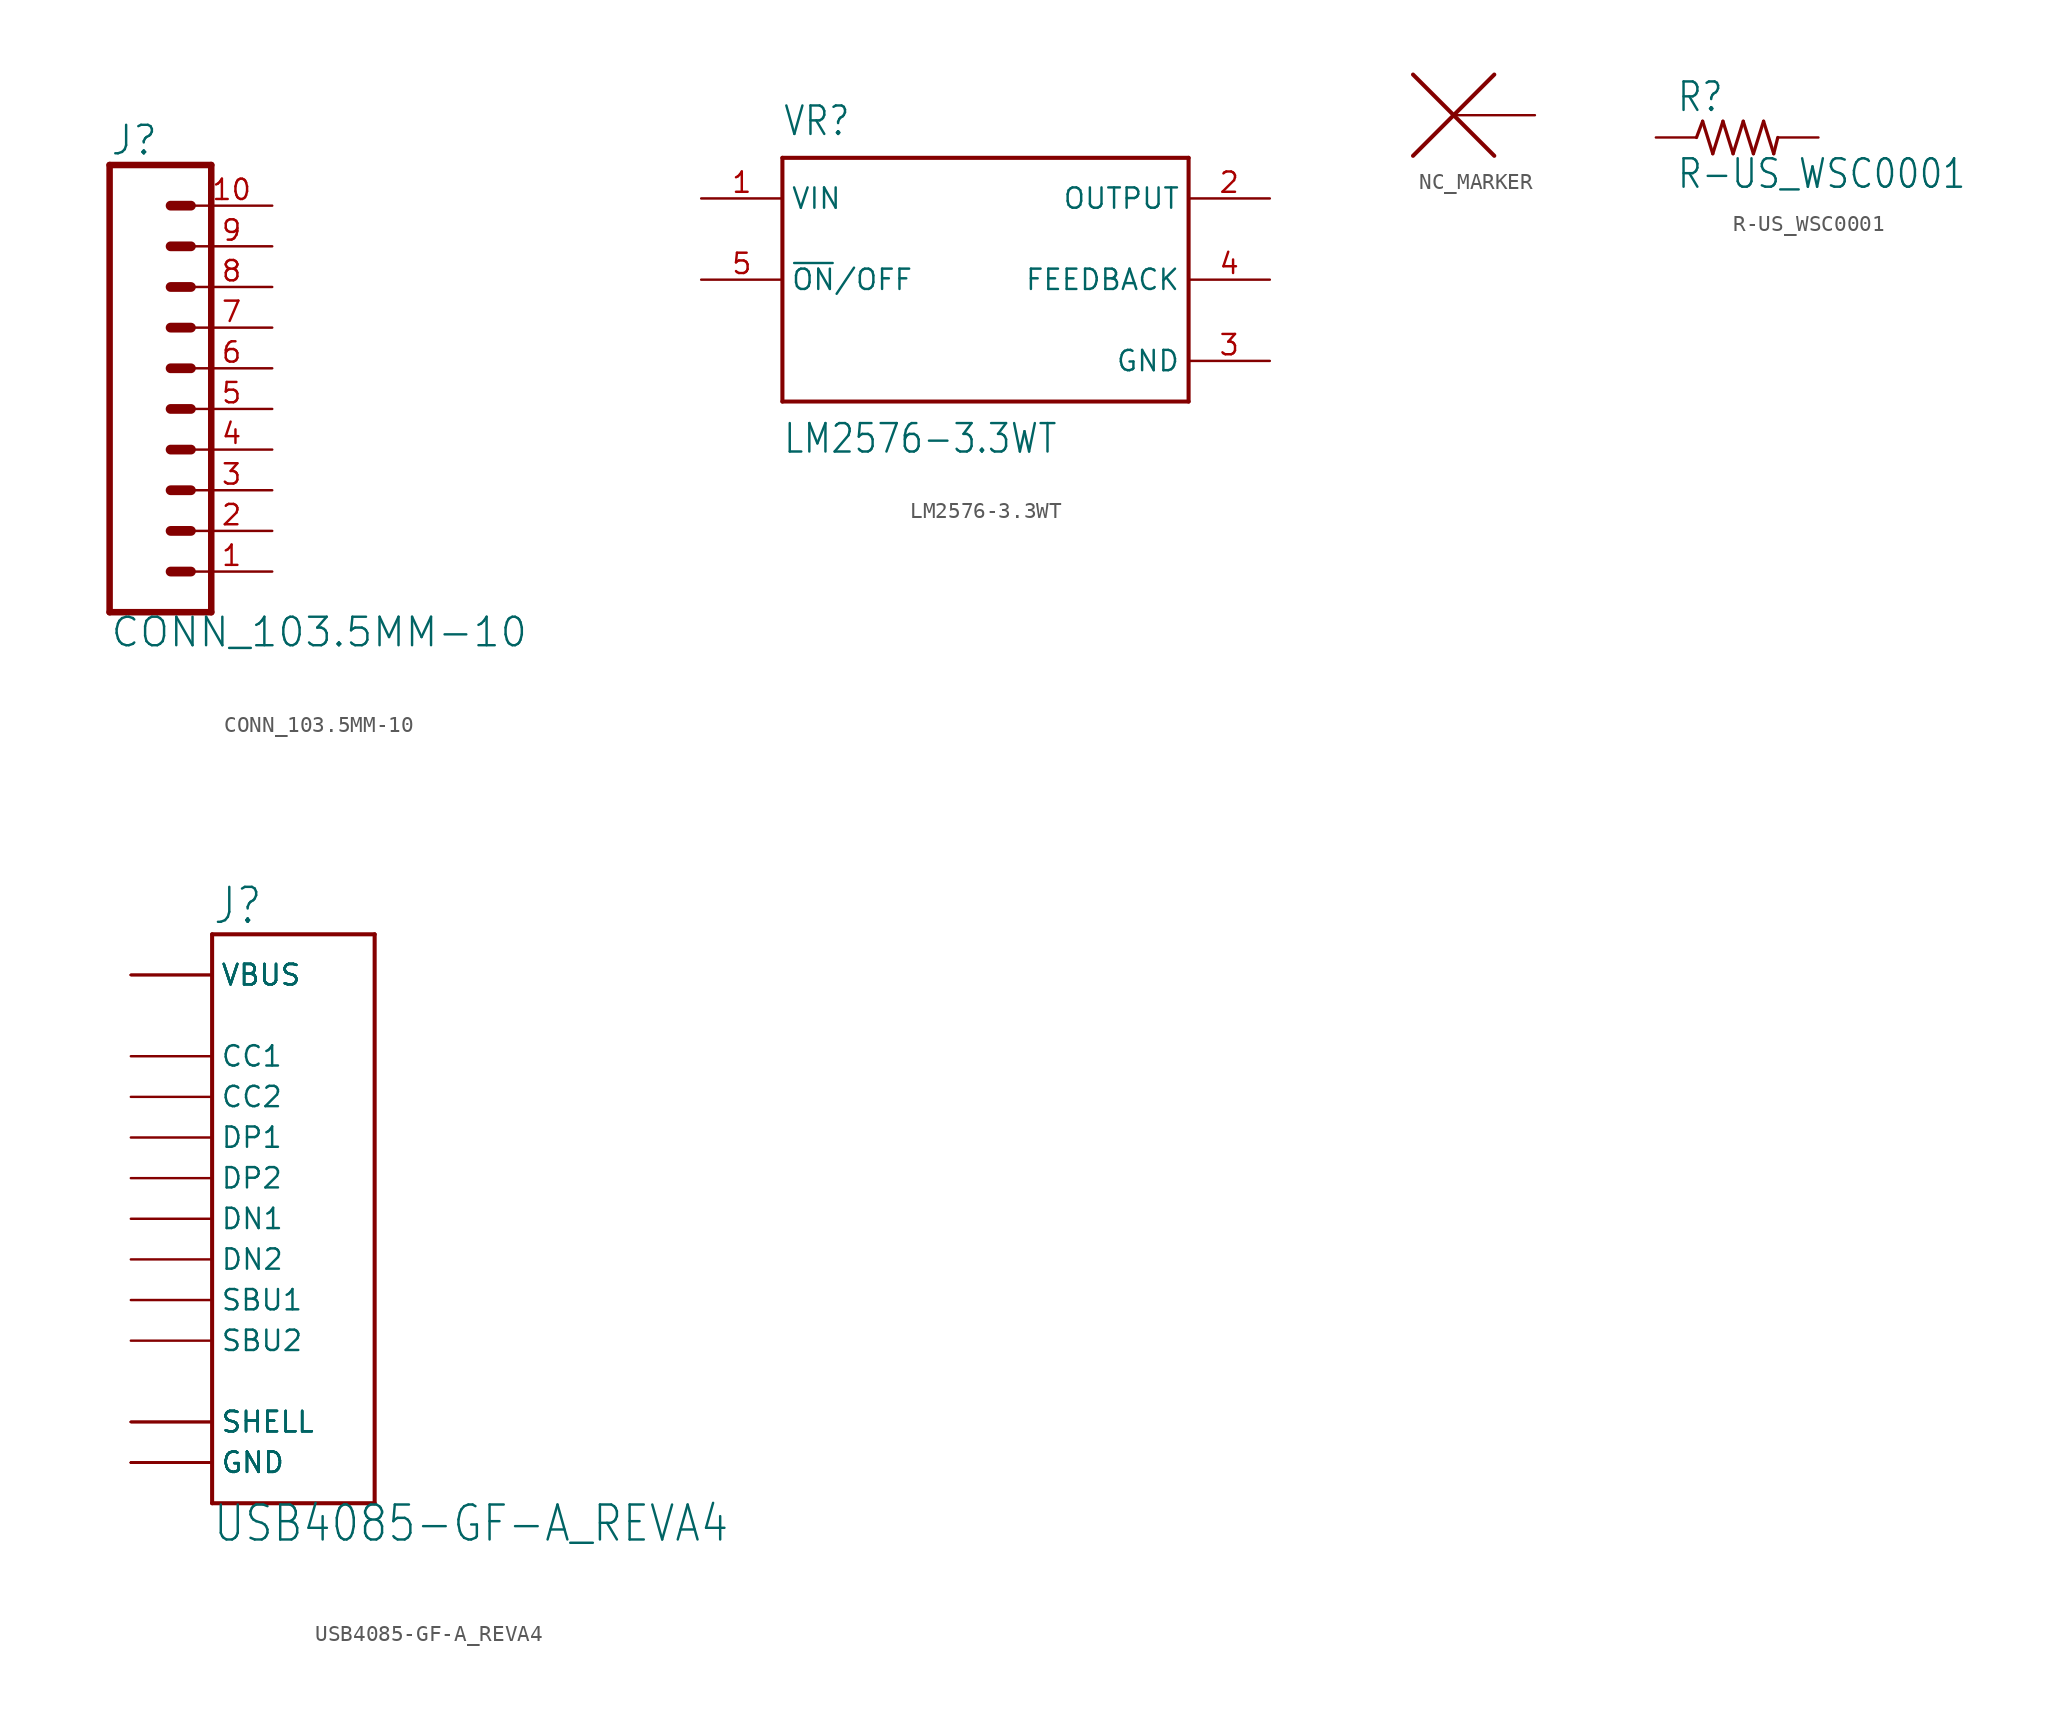
<source format=kicad_sym>
(kicad_symbol_lib
  (version 20211014)
  (generator kicad_symbol_editor)
  (symbol "CONN_103.5MM-10"
    (property "Reference" "J"
      (at 0 8.128 0)
      (effects (font (size 1.778 1.778)) (justify left bottom)))
    (property "Value" "CONN_103.5MM-10"
      (at 0 -22.606 0)
      (effects (font (size 1.778 1.778)) (justify left bottom)))
    (property "ki_locked" ""
      (at 0 0 0)
      (effects (font (size 1.27 1.27))))
    (symbol "CONN_103.5MM-10_1_0"
      (polyline (pts (xy 0 7.62) (xy 0 -20.32)) (stroke (width 0.406) (type default) (color 0 0 0 0)) (fill (type none)))
      (polyline (pts (xy 0 7.62) (xy 6.35 7.62)) (stroke (width 0.406) (type default) (color 0 0 0 0)) (fill (type none)))
      (polyline (pts (xy 3.81 -17.78) (xy 5.08 -17.78)) (stroke (width 0.61) (type default) (color 0 0 0 0)) (fill (type none)))
      (polyline (pts (xy 3.81 -15.24) (xy 5.08 -15.24)) (stroke (width 0.61) (type default) (color 0 0 0 0)) (fill (type none)))
      (polyline (pts (xy 3.81 -12.7) (xy 5.08 -12.7)) (stroke (width 0.61) (type default) (color 0 0 0 0)) (fill (type none)))
      (polyline (pts (xy 3.81 -10.16) (xy 5.08 -10.16)) (stroke (width 0.61) (type default) (color 0 0 0 0)) (fill (type none)))
      (polyline (pts (xy 3.81 -7.62) (xy 5.08 -7.62)) (stroke (width 0.61) (type default) (color 0 0 0 0)) (fill (type none)))
      (polyline (pts (xy 3.81 -5.08) (xy 5.08 -5.08)) (stroke (width 0.61) (type default) (color 0 0 0 0)) (fill (type none)))
      (polyline (pts (xy 3.81 -2.54) (xy 5.08 -2.54)) (stroke (width 0.61) (type default) (color 0 0 0 0)) (fill (type none)))
      (polyline (pts (xy 3.81 0) (xy 5.08 0)) (stroke (width 0.61) (type default) (color 0 0 0 0)) (fill (type none)))
      (polyline (pts (xy 3.81 2.54) (xy 5.08 2.54)) (stroke (width 0.61) (type default) (color 0 0 0 0)) (fill (type none)))
      (polyline (pts (xy 3.81 5.08) (xy 5.08 5.08)) (stroke (width 0.61) (type default) (color 0 0 0 0)) (fill (type none)))
      (polyline (pts (xy 6.35 -20.32) (xy 0 -20.32)) (stroke (width 0.406) (type default) (color 0 0 0 0)) (fill (type none)))
      (polyline (pts (xy 6.35 -20.32) (xy 6.35 7.62)) (stroke (width 0.406) (type default) (color 0 0 0 0)) (fill (type none)))
      (pin passive line (at 10.16 -17.78 180) (length 5.08) (name "1" (effects (font (size 0 0)))) (number "1" (effects (font (size 1.27 1.27)))))
      (pin passive line (at 10.16 5.08 180) (length 5.08) (name "10" (effects (font (size 0 0)))) (number "10" (effects (font (size 1.27 1.27)))))
      (pin passive line (at 10.16 -15.24 180) (length 5.08) (name "2" (effects (font (size 0 0)))) (number "2" (effects (font (size 1.27 1.27)))))
      (pin passive line (at 10.16 -12.7 180) (length 5.08) (name "3" (effects (font (size 0 0)))) (number "3" (effects (font (size 1.27 1.27)))))
      (pin passive line (at 10.16 -10.16 180) (length 5.08) (name "4" (effects (font (size 0 0)))) (number "4" (effects (font (size 1.27 1.27)))))
      (pin passive line (at 10.16 -7.62 180) (length 5.08) (name "5" (effects (font (size 0 0)))) (number "5" (effects (font (size 1.27 1.27)))))
      (pin passive line (at 10.16 -5.08 180) (length 5.08) (name "6" (effects (font (size 0 0)))) (number "6" (effects (font (size 1.27 1.27)))))
      (pin passive line (at 10.16 -2.54 180) (length 5.08) (name "7" (effects (font (size 0 0)))) (number "7" (effects (font (size 1.27 1.27)))))
      (pin passive line (at 10.16 0 180) (length 5.08) (name "8" (effects (font (size 0 0)))) (number "8" (effects (font (size 1.27 1.27)))))
      (pin passive line (at 10.16 2.54 180) (length 5.08) (name "9" (effects (font (size 0 0)))) (number "9" (effects (font (size 1.27 1.27)))))))
  (symbol "LM2576-3.3WT"
    (property "Reference" "VR"
      (at -12.7 8.89 0)
      (effects (font (size 1.778 1.511)) (justify left bottom)))
    (property "Value" "LM2576-3.3WT"
      (at -12.7 -8.89 0)
      (effects (font (size 1.778 1.511)) (justify left top)))
    (property "ki_locked" ""
      (at 0 0 0)
      (effects (font (size 1.27 1.27))))
    (symbol "LM2576-3.3WT_1_0"
      (polyline (pts (xy -12.7 7.62) (xy -12.7 -7.62)) (stroke (width 0.254) (type default) (color 0 0 0 0)) (fill (type none)))
      (polyline (pts (xy -12.7 7.62) (xy 12.7 7.62)) (stroke (width 0.254) (type default) (color 0 0 0 0)) (fill (type none)))
      (polyline (pts (xy 12.7 -7.62) (xy -12.7 -7.62)) (stroke (width 0.254) (type default) (color 0 0 0 0)) (fill (type none)))
      (polyline (pts (xy 12.7 -7.62) (xy 12.7 7.62)) (stroke (width 0.254) (type default) (color 0 0 0 0)) (fill (type none)))
      (pin input line (at -17.78 5.08 0) (length 5.08) (name "VIN" (effects (font (size 1.27 1.27)))) (number "1" (effects (font (size 1.27 1.27)))))
      (pin output line (at 17.78 5.08 180) (length 5.08) (name "OUTPUT" (effects (font (size 1.27 1.27)))) (number "2" (effects (font (size 1.27 1.27)))))
      (pin power_in line (at 17.78 -5.08 180) (length 5.08) (name "GND" (effects (font (size 1.27 1.27)))) (number "3" (effects (font (size 1.27 1.27)))))
      (pin input line (at 17.78 0 180) (length 5.08) (name "FEEDBACK" (effects (font (size 1.27 1.27)))) (number "4" (effects (font (size 1.27 1.27)))))
      (pin input line (at -17.78 0 0) (length 5.08) (name "~{ON}/OFF" (effects (font (size 1.27 1.27)))) (number "5" (effects (font (size 1.27 1.27)))))))
  (symbol "NC_MARKER"
    (property "Reference" ""
      (at 0 0 0)
      (effects (font (size 1.27 1.27)) hide))
    (property "ki_locked" ""
      (at 0 0 0)
      (effects (font (size 1.27 1.27))))
    (symbol "NC_MARKER_1_0"
      (polyline (pts (xy -2.54 2.54) (xy 2.54 -2.54)) (stroke (width 0.254) (type default) (color 0 0 0 0)) (fill (type none)))
      (polyline (pts (xy 2.54 2.54) (xy -2.54 -2.54)) (stroke (width 0.254) (type default) (color 0 0 0 0)) (fill (type none)))
      (pin bidirectional line (at 5.08 0 180) (length 5.08) (name "P$1" (effects (font (size 0 0)))) (number "1" (effects (font (size 0 0)))))))
  (symbol "R-US_WSC0001"
    (property "Reference" "R"
      (at -3.81 1.499 0)
      (effects (font (size 1.778 1.511)) (justify left bottom)))
    (property "Value" "R-US_WSC0001"
      (at -3.81 -3.302 0)
      (effects (font (size 1.778 1.511)) (justify left bottom)))
    (property "ki_locked" ""
      (at 0 0 0)
      (effects (font (size 1.27 1.27))))
    (symbol "R-US_WSC0001_1_0"
      (polyline (pts (xy -2.54 0) (xy -2.159 1.016)) (stroke (width 0.203) (type default) (color 0 0 0 0)) (fill (type none)))
      (polyline (pts (xy -2.159 1.016) (xy -1.524 -1.016)) (stroke (width 0.203) (type default) (color 0 0 0 0)) (fill (type none)))
      (polyline (pts (xy -1.524 -1.016) (xy -0.889 1.016)) (stroke (width 0.203) (type default) (color 0 0 0 0)) (fill (type none)))
      (polyline (pts (xy -0.889 1.016) (xy -0.254 -1.016)) (stroke (width 0.203) (type default) (color 0 0 0 0)) (fill (type none)))
      (polyline (pts (xy -0.254 -1.016) (xy 0.381 1.016)) (stroke (width 0.203) (type default) (color 0 0 0 0)) (fill (type none)))
      (polyline (pts (xy 0.381 1.016) (xy 1.016 -1.016)) (stroke (width 0.203) (type default) (color 0 0 0 0)) (fill (type none)))
      (polyline (pts (xy 1.016 -1.016) (xy 1.651 1.016)) (stroke (width 0.203) (type default) (color 0 0 0 0)) (fill (type none)))
      (polyline (pts (xy 1.651 1.016) (xy 2.286 -1.016)) (stroke (width 0.203) (type default) (color 0 0 0 0)) (fill (type none)))
      (polyline (pts (xy 2.286 -1.016) (xy 2.54 0)) (stroke (width 0.203) (type default) (color 0 0 0 0)) (fill (type none)))
      (pin passive line (at -5.08 0 0) (length 2.54) (name "1" (effects (font (size 0 0)))) (number "1" (effects (font (size 0 0)))))
      (pin passive line (at 5.08 0 180) (length 2.54) (name "2" (effects (font (size 0 0)))) (number "2" (effects (font (size 0 0)))))))
  (symbol "USB4085-GF-A_REVA4"
    (property "Reference" "J"
      (at -5.08 18.288 0)
      (effects (font (size 2.184 1.857)) (justify left bottom)))
    (property "Value" "USB4085-GF-A_REVA4"
      (at -5.08 -20.32 0)
      (effects (font (size 2.184 1.857)) (justify left bottom)))
    (property "ki_locked" ""
      (at 0 0 0)
      (effects (font (size 1.27 1.27))))
    (symbol "USB4085-GF-A_REVA4_1_0"
      (polyline (pts (xy -5.08 -17.78) (xy -5.08 17.78)) (stroke (width 0.254) (type default) (color 0 0 0 0)) (fill (type none)))
      (polyline (pts (xy -5.08 17.78) (xy 5.08 17.78)) (stroke (width 0.254) (type default) (color 0 0 0 0)) (fill (type none)))
      (polyline (pts (xy 5.08 -17.78) (xy -5.08 -17.78)) (stroke (width 0.254) (type default) (color 0 0 0 0)) (fill (type none)))
      (polyline (pts (xy 5.08 17.78) (xy 5.08 -17.78)) (stroke (width 0.254) (type default) (color 0 0 0 0)) (fill (type none)))
      (pin power_in line (at -10.16 -15.24 0) (length 5.08) (name "GND" (effects (font (size 1.27 1.27)))) (number "A1" (effects (font (size 0 0)))))
      (pin power_in line (at -10.16 -15.24 0) (length 5.08) (name "GND" (effects (font (size 1.27 1.27)))) (number "A12" (effects (font (size 0 0)))))
      (pin power_in line (at -10.16 15.24 0) (length 5.08) (name "VBUS" (effects (font (size 1.27 1.27)))) (number "A4" (effects (font (size 0 0)))))
      (pin bidirectional line (at -10.16 10.16 0) (length 5.08) (name "CC1" (effects (font (size 1.27 1.27)))) (number "A5" (effects (font (size 0 0)))))
      (pin bidirectional line (at -10.16 5.08 0) (length 5.08) (name "DP1" (effects (font (size 1.27 1.27)))) (number "A6" (effects (font (size 0 0)))))
      (pin bidirectional line (at -10.16 0 0) (length 5.08) (name "DN1" (effects (font (size 1.27 1.27)))) (number "A7" (effects (font (size 0 0)))))
      (pin bidirectional line (at -10.16 -5.08 0) (length 5.08) (name "SBU1" (effects (font (size 1.27 1.27)))) (number "A8" (effects (font (size 0 0)))))
      (pin power_in line (at -10.16 15.24 0) (length 5.08) (name "VBUS" (effects (font (size 1.27 1.27)))) (number "A9" (effects (font (size 0 0)))))
      (pin power_in line (at -10.16 -15.24 0) (length 5.08) (name "GND" (effects (font (size 1.27 1.27)))) (number "B1" (effects (font (size 0 0)))))
      (pin power_in line (at -10.16 -15.24 0) (length 5.08) (name "GND" (effects (font (size 1.27 1.27)))) (number "B12" (effects (font (size 0 0)))))
      (pin power_in line (at -10.16 15.24 0) (length 5.08) (name "VBUS" (effects (font (size 1.27 1.27)))) (number "B4" (effects (font (size 0 0)))))
      (pin bidirectional line (at -10.16 7.62 0) (length 5.08) (name "CC2" (effects (font (size 1.27 1.27)))) (number "B5" (effects (font (size 0 0)))))
      (pin bidirectional line (at -10.16 2.54 0) (length 5.08) (name "DP2" (effects (font (size 1.27 1.27)))) (number "B6" (effects (font (size 0 0)))))
      (pin bidirectional line (at -10.16 -2.54 0) (length 5.08) (name "DN2" (effects (font (size 1.27 1.27)))) (number "B7" (effects (font (size 0 0)))))
      (pin bidirectional line (at -10.16 -7.62 0) (length 5.08) (name "SBU2" (effects (font (size 1.27 1.27)))) (number "B8" (effects (font (size 0 0)))))
      (pin power_in line (at -10.16 15.24 0) (length 5.08) (name "VBUS" (effects (font (size 1.27 1.27)))) (number "B9" (effects (font (size 0 0)))))
      (pin passive line (at -10.16 -12.7 0) (length 5.08) (name "SHELL" (effects (font (size 1.27 1.27)))) (number "S1" (effects (font (size 0 0)))))
      (pin passive line (at -10.16 -12.7 0) (length 5.08) (name "SHELL" (effects (font (size 1.27 1.27)))) (number "S2" (effects (font (size 0 0)))))
      (pin passive line (at -10.16 -12.7 0) (length 5.08) (name "SHELL" (effects (font (size 1.27 1.27)))) (number "S3" (effects (font (size 0 0)))))
      (pin passive line (at -10.16 -12.7 0) (length 5.08) (name "SHELL" (effects (font (size 1.27 1.27)))) (number "S4" (effects (font (size 0 0))))))))
</source>
